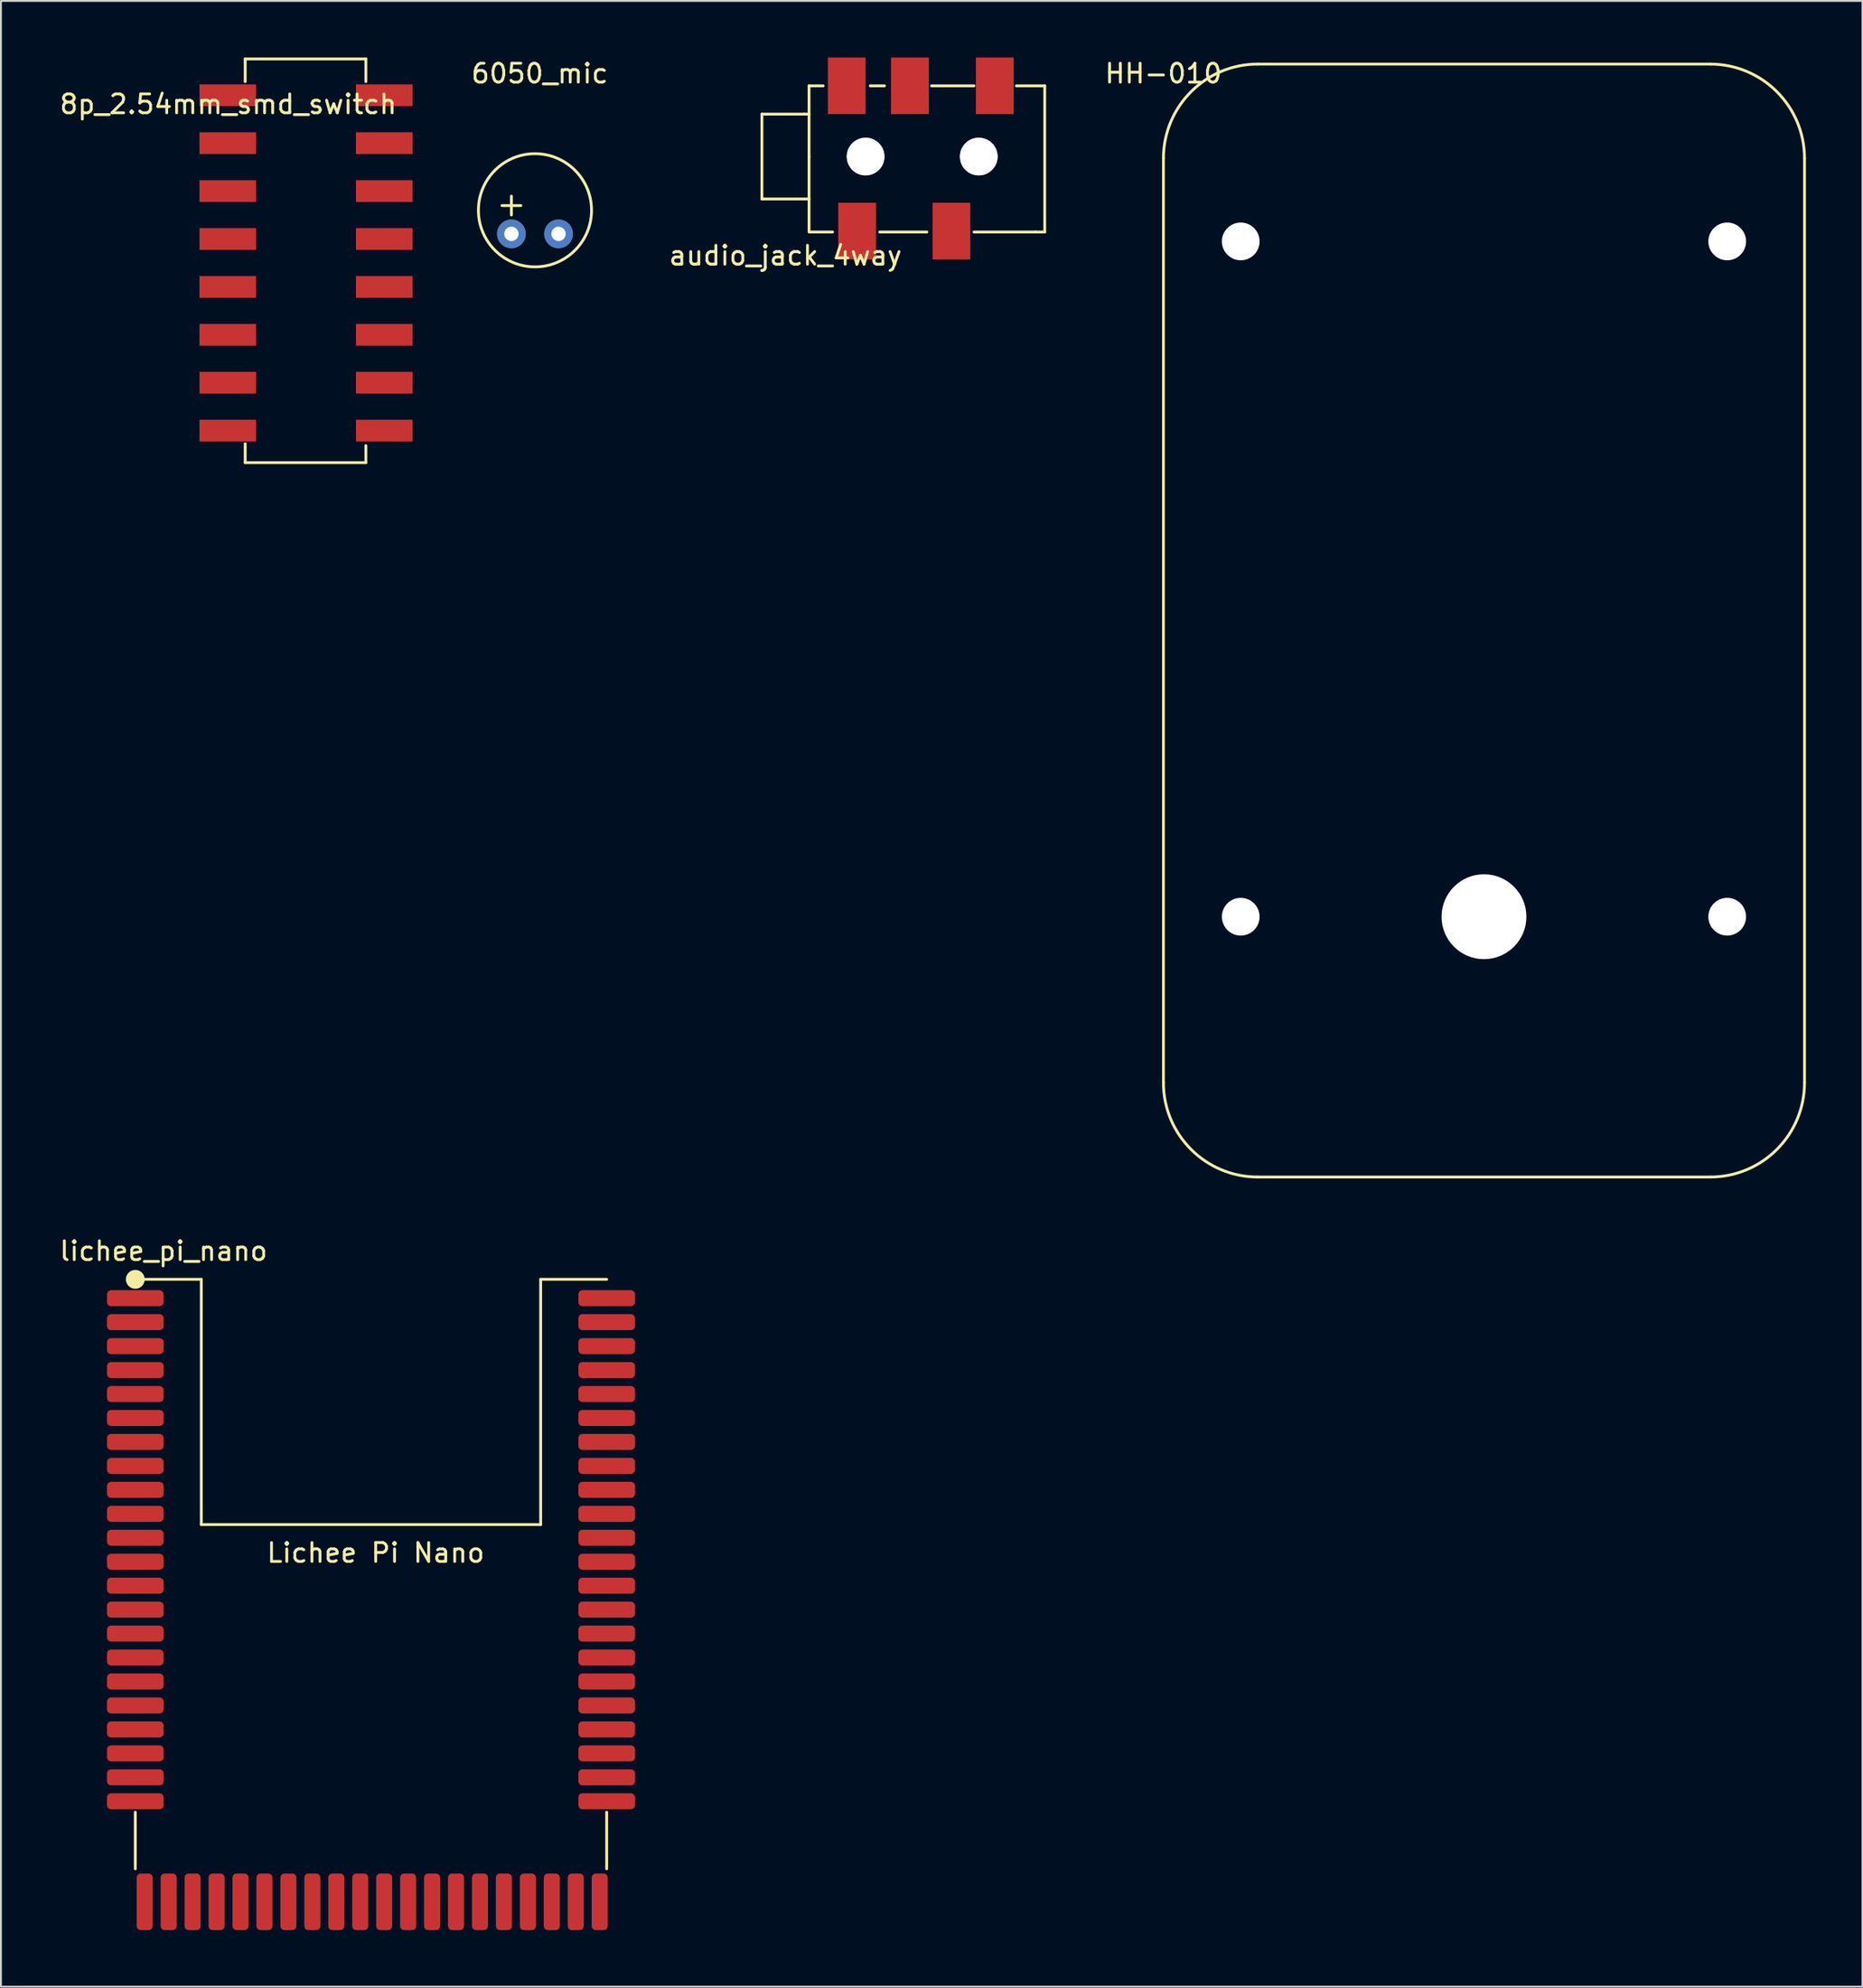
<source format=kicad_pcb>
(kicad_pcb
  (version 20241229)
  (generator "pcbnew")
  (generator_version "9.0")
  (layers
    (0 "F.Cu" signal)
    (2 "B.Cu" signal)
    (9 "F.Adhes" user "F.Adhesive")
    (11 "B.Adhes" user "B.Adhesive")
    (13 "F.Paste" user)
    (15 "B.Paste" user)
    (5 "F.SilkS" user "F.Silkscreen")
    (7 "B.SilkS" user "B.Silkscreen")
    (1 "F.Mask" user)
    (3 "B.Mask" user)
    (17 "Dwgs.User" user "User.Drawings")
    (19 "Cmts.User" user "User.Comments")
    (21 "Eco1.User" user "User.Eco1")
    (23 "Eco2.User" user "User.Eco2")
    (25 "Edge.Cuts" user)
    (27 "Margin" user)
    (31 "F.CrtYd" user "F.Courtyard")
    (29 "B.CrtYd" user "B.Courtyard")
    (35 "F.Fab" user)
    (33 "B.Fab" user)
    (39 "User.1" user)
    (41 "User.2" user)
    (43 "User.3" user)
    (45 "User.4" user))
  (footprint "HH-010"
    (layer "F.Cu")
    (at 58.654 0.348)
    (property "Reference" "HH-010" (at 0 0.5 0) (layer "F.SilkS") (effects (font (size 1 1) (thickness 0.15))))
    (attr through_hole)
    (fp_line (start 0 5) (end 0 54) (stroke (width 0.15) (type solid)) (layer "F.SilkS"))
    (fp_line (start 5 0) (end 29 0) (stroke (width 0.15) (type solid)) (layer "F.SilkS"))
    (fp_line (start 5 59) (end 29 59) (stroke (width 0.15) (type solid)) (layer "F.SilkS"))
    (fp_line (start 34 54) (end 34 5) (stroke (width 0.15) (type solid)) (layer "F.SilkS"))
    (fp_arc (start 0 5) (mid 1.464466 1.464466) (end 5 0) (stroke (width 0.15) (type solid)) (layer "F.SilkS"))
    (fp_arc (start 5 59) (mid 1.464466 57.535534) (end 0 54) (stroke (width 0.15) (type solid)) (layer "F.SilkS"))
    (fp_arc (start 29 0) (mid 32.535534 1.464466) (end 34 5) (stroke (width 0.15) (type solid)) (layer "F.SilkS"))
    (fp_arc (start 34 54) (mid 32.535534 57.535534) (end 29 59) (stroke (width 0.15) (type solid)) (layer "F.SilkS"))
    (pad "" np_thru_hole circle (at 4.1 9.4) (size 2 2) (drill 2) (layers "*.Cu" "*.Mask"))
    (pad "" np_thru_hole circle (at 4.1 45.2) (size 2 2) (drill 2) (layers "*.Cu" "*.Mask"))
    (pad "" np_thru_hole circle (at 17 45.2) (size 4.5 4.5) (drill 4.5) (layers "*.Cu" "*.Mask"))
    (pad "" np_thru_hole circle (at 29.9 9.4) (size 2 2) (drill 2) (layers "*.Cu" "*.Mask"))
    (pad "" np_thru_hole circle (at 29.9 45.2) (size 2 2) (drill 2) (layers "*.Cu" "*.Mask")))
  (footprint "lichee_pi_nano"
    (layer "F.Cu")
    (at 4.125 64.772)
    (property "Reference" "lichee_pi_nano" (at 1.5 -1.5 0) (layer "F.SilkS") (effects (font (size 1 1) (thickness 0.15))))
    (attr through_hole)
    (fp_line (start 0 28.25) (end 0 31.25) (stroke (width 0.15) (type solid)) (layer "F.SilkS"))
    (fp_line (start 3.5 0) (end 0 0) (stroke (width 0.15) (type solid)) (layer "F.SilkS"))
    (fp_line (start 3.5 0) (end 3.5 13) (stroke (width 0.15) (type solid)) (layer "F.SilkS"))
    (fp_line (start 3.5 13) (end 21.5 13) (stroke (width 0.15) (type solid)) (layer "F.SilkS"))
    (fp_line (start 21.5 0) (end 25 0) (stroke (width 0.15) (type solid)) (layer "F.SilkS"))
    (fp_line (start 21.5 13) (end 21.5 0) (stroke (width 0.15) (type solid)) (layer "F.SilkS"))
    (fp_line (start 25 28.25) (end 25 31.25) (stroke (width 0.15) (type solid)) (layer "F.SilkS"))
    (fp_circle (center 0 0) (end 0.25 0) (stroke (width 0.5) (type solid)) (fill no) (layer "F.SilkS"))
    (fp_poly (pts (xy 4 0) (xy 4 12.5) (xy 21 12.5) (xy 21 0)) (stroke (width 0.15) (type solid)) (fill no) (layer "Eco1.User"))
    (fp_text user "Lichee Pi Nano" (at 12.75 14.5 0) (layer "F.SilkS") (effects (font (size 1 1) (thickness 0.15))))
    (pad "1" smd roundrect (at 0 1) (size 3 0.85) (layers "F.Cu" "F.Mask" "F.Paste") (roundrect_rratio 0.25))
    (pad "2" smd roundrect (at 0 2.27) (size 3 0.85) (layers "F.Cu" "F.Mask" "F.Paste") (roundrect_rratio 0.25))
    (pad "3" smd roundrect (at 0 3.54) (size 3 0.85) (layers "F.Cu" "F.Mask" "F.Paste") (roundrect_rratio 0.25))
    (pad "4" smd roundrect (at 0 4.81) (size 3 0.85) (layers "F.Cu" "F.Mask" "F.Paste") (roundrect_rratio 0.25))
    (pad "5" smd roundrect (at 0 6.08) (size 3 0.85) (layers "F.Cu" "F.Mask" "F.Paste") (roundrect_rratio 0.25))
    (pad "6" smd roundrect (at 0 7.35) (size 3 0.85) (layers "F.Cu" "F.Mask" "F.Paste") (roundrect_rratio 0.25))
    (pad "7" smd roundrect (at 0 8.62) (size 3 0.85) (layers "F.Cu" "F.Mask" "F.Paste") (roundrect_rratio 0.25))
    (pad "8" smd roundrect (at 0 9.89) (size 3 0.85) (layers "F.Cu" "F.Mask" "F.Paste") (roundrect_rratio 0.25))
    (pad "9" smd roundrect (at 0 11.16) (size 3 0.85) (layers "F.Cu" "F.Mask" "F.Paste") (roundrect_rratio 0.25))
    (pad "10" smd roundrect (at 0 12.43) (size 3 0.85) (layers "F.Cu" "F.Mask" "F.Paste") (roundrect_rratio 0.25))
    (pad "11" smd roundrect (at 0 13.7) (size 3 0.85) (layers "F.Cu" "F.Mask" "F.Paste") (roundrect_rratio 0.25))
    (pad "12" smd roundrect (at 0 14.97) (size 3 0.85) (layers "F.Cu" "F.Mask" "F.Paste") (roundrect_rratio 0.25))
    (pad "13" smd roundrect (at 0 16.24) (size 3 0.85) (layers "F.Cu" "F.Mask" "F.Paste") (roundrect_rratio 0.25))
    (pad "14" smd roundrect (at 0 17.51) (size 3 0.85) (layers "F.Cu" "F.Mask" "F.Paste") (roundrect_rratio 0.25))
    (pad "15" smd roundrect (at 0 18.78) (size 3 0.85) (layers "F.Cu" "F.Mask" "F.Paste") (roundrect_rratio 0.25))
    (pad "16" smd roundrect (at 0 20.05) (size 3 0.85) (layers "F.Cu" "F.Mask" "F.Paste") (roundrect_rratio 0.25))
    (pad "17" smd roundrect (at 0 21.32) (size 3 0.85) (layers "F.Cu" "F.Mask" "F.Paste") (roundrect_rratio 0.25))
    (pad "18" smd roundrect (at 0 22.59) (size 3 0.85) (layers "F.Cu" "F.Mask" "F.Paste") (roundrect_rratio 0.25))
    (pad "19" smd roundrect (at 0 23.86) (size 3 0.85) (layers "F.Cu" "F.Mask" "F.Paste") (roundrect_rratio 0.25))
    (pad "20" smd roundrect (at 0 25.13) (size 3 0.85) (layers "F.Cu" "F.Mask" "F.Paste") (roundrect_rratio 0.25))
    (pad "21" smd roundrect (at 0 26.4) (size 3 0.85) (layers "F.Cu" "F.Mask" "F.Paste") (roundrect_rratio 0.25))
    (pad "22" smd roundrect (at 0 27.67) (size 3 0.85) (layers "F.Cu" "F.Mask" "F.Paste") (roundrect_rratio 0.25))
    (pad "23" smd roundrect (at 0.5 33 90) (size 3 0.85) (layers "F.Cu" "F.Mask" "F.Paste") (roundrect_rratio 0.25))
    (pad "24" smd roundrect (at 1.77 33 90) (size 3 0.85) (layers "F.Cu" "F.Mask" "F.Paste") (roundrect_rratio 0.25))
    (pad "25" smd roundrect (at 3.04 33 90) (size 3 0.85) (layers "F.Cu" "F.Mask" "F.Paste") (roundrect_rratio 0.25))
    (pad "26" smd roundrect (at 4.31 33 90) (size 3 0.85) (layers "F.Cu" "F.Mask" "F.Paste") (roundrect_rratio 0.25))
    (pad "27" smd roundrect (at 5.58 33 90) (size 3 0.85) (layers "F.Cu" "F.Mask" "F.Paste") (roundrect_rratio 0.25))
    (pad "28" smd roundrect (at 6.85 33 90) (size 3 0.85) (layers "F.Cu" "F.Mask" "F.Paste") (roundrect_rratio 0.25))
    (pad "29" smd roundrect (at 8.12 33 90) (size 3 0.85) (layers "F.Cu" "F.Mask" "F.Paste") (roundrect_rratio 0.25))
    (pad "30" smd roundrect (at 9.39 33 90) (size 3 0.85) (layers "F.Cu" "F.Mask" "F.Paste") (roundrect_rratio 0.25))
    (pad "31" smd roundrect (at 10.66 33 90) (size 3 0.85) (layers "F.Cu" "F.Mask" "F.Paste") (roundrect_rratio 0.25))
    (pad "32" smd roundrect (at 11.93 33 90) (size 3 0.85) (layers "F.Cu" "F.Mask" "F.Paste") (roundrect_rratio 0.25))
    (pad "33" smd roundrect (at 13.2 33 90) (size 3 0.85) (layers "F.Cu" "F.Mask" "F.Paste") (roundrect_rratio 0.25))
    (pad "34" smd roundrect (at 14.47 33 90) (size 3 0.85) (layers "F.Cu" "F.Mask" "F.Paste") (roundrect_rratio 0.25))
    (pad "35" smd roundrect (at 15.74 33 90) (size 3 0.85) (layers "F.Cu" "F.Mask" "F.Paste") (roundrect_rratio 0.25))
    (pad "36" smd roundrect (at 17.01 33 90) (size 3 0.85) (layers "F.Cu" "F.Mask" "F.Paste") (roundrect_rratio 0.25))
    (pad "37" smd roundrect (at 18.28 33 90) (size 3 0.85) (layers "F.Cu" "F.Mask" "F.Paste") (roundrect_rratio 0.25))
    (pad "38" smd roundrect (at 19.55 33 90) (size 3 0.85) (layers "F.Cu" "F.Mask" "F.Paste") (roundrect_rratio 0.25))
    (pad "39" smd roundrect (at 20.82 33 90) (size 3 0.85) (layers "F.Cu" "F.Mask" "F.Paste") (roundrect_rratio 0.25))
    (pad "40" smd roundrect (at 22.09 33 90) (size 3 0.85) (layers "F.Cu" "F.Mask" "F.Paste") (roundrect_rratio 0.25))
    (pad "41" smd roundrect (at 23.36 33 90) (size 3 0.85) (layers "F.Cu" "F.Mask" "F.Paste") (roundrect_rratio 0.25))
    (pad "42" smd roundrect (at 24.63 33 90) (size 3 0.85) (layers "F.Cu" "F.Mask" "F.Paste") (roundrect_rratio 0.25))
    (pad "43" smd roundrect (at 25 27.67) (size 3 0.85) (layers "F.Cu" "F.Mask" "F.Paste") (roundrect_rratio 0.25))
    (pad "44" smd roundrect (at 25 26.4) (size 3 0.85) (layers "F.Cu" "F.Mask" "F.Paste") (roundrect_rratio 0.25))
    (pad "45" smd roundrect (at 25 25.13) (size 3 0.85) (layers "F.Cu" "F.Mask" "F.Paste") (roundrect_rratio 0.25))
    (pad "46" smd roundrect (at 25 23.86) (size 3 0.85) (layers "F.Cu" "F.Mask" "F.Paste") (roundrect_rratio 0.25))
    (pad "47" smd roundrect (at 25 22.59) (size 3 0.85) (layers "F.Cu" "F.Mask" "F.Paste") (roundrect_rratio 0.25))
    (pad "48" smd roundrect (at 25 21.32) (size 3 0.85) (layers "F.Cu" "F.Mask" "F.Paste") (roundrect_rratio 0.25))
    (pad "49" smd roundrect (at 25 20.05) (size 3 0.85) (layers "F.Cu" "F.Mask" "F.Paste") (roundrect_rratio 0.25))
    (pad "50" smd roundrect (at 25 18.78) (size 3 0.85) (layers "F.Cu" "F.Mask" "F.Paste") (roundrect_rratio 0.25))
    (pad "51" smd roundrect (at 25 17.51) (size 3 0.85) (layers "F.Cu" "F.Mask" "F.Paste") (roundrect_rratio 0.25))
    (pad "52" smd roundrect (at 25 16.24) (size 3 0.85) (layers "F.Cu" "F.Mask" "F.Paste") (roundrect_rratio 0.25))
    (pad "53" smd roundrect (at 25 14.97) (size 3 0.85) (layers "F.Cu" "F.Mask" "F.Paste") (roundrect_rratio 0.25))
    (pad "54" smd roundrect (at 25 13.7) (size 3 0.85) (layers "F.Cu" "F.Mask" "F.Paste") (roundrect_rratio 0.25))
    (pad "55" smd roundrect (at 25 12.43) (size 3 0.85) (layers "F.Cu" "F.Mask" "F.Paste") (roundrect_rratio 0.25))
    (pad "56" smd roundrect (at 25 11.16) (size 3 0.85) (layers "F.Cu" "F.Mask" "F.Paste") (roundrect_rratio 0.25))
    (pad "57" smd roundrect (at 25 9.89) (size 3 0.85) (layers "F.Cu" "F.Mask" "F.Paste") (roundrect_rratio 0.25))
    (pad "58" smd roundrect (at 25 8.62) (size 3 0.85) (layers "F.Cu" "F.Mask" "F.Paste") (roundrect_rratio 0.25))
    (pad "59" smd roundrect (at 25 7.35) (size 3 0.85) (layers "F.Cu" "F.Mask" "F.Paste") (roundrect_rratio 0.25))
    (pad "60" smd roundrect (at 25 6.08) (size 3 0.85) (layers "F.Cu" "F.Mask" "F.Paste") (roundrect_rratio 0.25))
    (pad "61" smd roundrect (at 25 4.81) (size 3 0.85) (layers "F.Cu" "F.Mask" "F.Paste") (roundrect_rratio 0.25))
    (pad "62" smd roundrect (at 25 3.54) (size 3 0.85) (layers "F.Cu" "F.Mask" "F.Paste") (roundrect_rratio 0.25))
    (pad "63" smd roundrect (at 25 2.27) (size 3 0.85) (layers "F.Cu" "F.Mask" "F.Paste") (roundrect_rratio 0.25))
    (pad "64" smd roundrect (at 25 1) (size 3 0.85) (layers "F.Cu" "F.Mask" "F.Paste") (roundrect_rratio 0.25)))
  (footprint "audio_jack_4way"
    (layer "F.Cu")
    (at 39.858 5.25)
    (property "Reference" "audio_jack_4way" (at -1.25 5.25 0) (layer "F.SilkS") (effects (font (size 1 1) (thickness 0.15))))
    (attr through_hole)
    (fp_line (start -2.5 -2.25) (end -0.25 -2.25) (stroke (width 0.15) (type solid)) (layer "F.SilkS"))
    (fp_line (start -2.5 2.25) (end -2.5 -2.25) (stroke (width 0.15) (type solid)) (layer "F.SilkS"))
    (fp_line (start -0.25 -2.25) (end 0 -2.25) (stroke (width 0.15) (type solid)) (layer "F.SilkS"))
    (fp_line (start 0 -3.75) (end 0.75 -3.75) (stroke (width 0.15) (type solid)) (layer "F.SilkS"))
    (fp_line (start 0 0) (end 0 -3.75) (stroke (width 0.15) (type solid)) (layer "F.SilkS"))
    (fp_line (start 0 0) (end 0 3.95) (stroke (width 0.15) (type solid)) (layer "F.SilkS"))
    (fp_line (start 0 2.25) (end -2.5 2.25) (stroke (width 0.15) (type solid)) (layer "F.SilkS"))
    (fp_line (start 0 4) (end 1.25 4) (stroke (width 0.15) (type solid)) (layer "F.SilkS"))
    (fp_line (start 3.25 -3.75) (end 4 -3.75) (stroke (width 0.15) (type solid)) (layer "F.SilkS"))
    (fp_line (start 3.75 4) (end 6.25 4) (stroke (width 0.15) (type solid)) (layer "F.SilkS"))
    (fp_line (start 8.75 -3.75) (end 6.5 -3.75) (stroke (width 0.15) (type solid)) (layer "F.SilkS"))
    (fp_line (start 8.75 4) (end 12 4) (stroke (width 0.15) (type solid)) (layer "F.SilkS"))
    (fp_line (start 12 4) (end 12.5 4) (stroke (width 0.15) (type solid)) (layer "F.SilkS"))
    (fp_line (start 12.5 -3.75) (end 11 -3.75) (stroke (width 0.15) (type solid)) (layer "F.SilkS"))
    (fp_line (start 12.5 4) (end 12.5 -3.75) (stroke (width 0.15) (type solid)) (layer "F.SilkS"))
    (pad "0" thru_hole circle (at 3 0) (size 2 2) (drill 2) (layers "*.Cu" "*.Mask"))
    (pad "0" thru_hole circle (at 9 0) (size 2 2) (drill 2) (layers "*.Cu" "*.Mask"))
    (pad "1" smd rect (at 2 -3.75) (size 2 3) (layers "F.Cu" "F.Mask" "F.Paste"))
    (pad "1" smd rect (at 2.55 3.95) (size 2 3) (layers "F.Cu" "F.Mask" "F.Paste"))
    (pad "2" smd rect (at 5.35 -3.75) (size 2 3) (layers "F.Cu" "F.Mask" "F.Paste"))
    (pad "3" smd rect (at 7.55 3.95) (size 2 3) (layers "F.Cu" "F.Mask" "F.Paste"))
    (pad "4" smd rect (at 9.85 -3.75) (size 2 3) (layers "F.Cu" "F.Mask" "F.Paste")))
  (footprint "8p_2.54mm_smd_switch"
    (layer "F.Cu")
    (at 7.154 1.475)
    (property "Reference" "8p_2.54mm_smd_switch" (at 1.9 1 0) (layer "F.SilkS") (effects (font (size 1 1) (thickness 0.15))))
    (attr through_hole)
    (fp_line (start 2.8 -1.4) (end 2.8 -0.2) (stroke (width 0.15) (type solid)) (layer "F.SilkS"))
    (fp_line (start 2.8 -1.4) (end 9.2 -1.4) (stroke (width 0.15) (type solid)) (layer "F.SilkS"))
    (fp_line (start 2.8 20) (end 2.8 19) (stroke (width 0.15) (type solid)) (layer "F.SilkS"))
    (fp_line (start 9.2 -1.4) (end 9.2 -0.2) (stroke (width 0.15) (type solid)) (layer "F.SilkS"))
    (fp_line (start 9.2 20) (end 2.8 20) (stroke (width 0.15) (type solid)) (layer "F.SilkS"))
    (fp_line (start 9.2 20) (end 9.2 19.1) (stroke (width 0.15) (type solid)) (layer "F.SilkS"))
    (pad "1" smd rect (at 1.875 0.525) (size 3 1.15) (layers "F.Cu" "F.Mask" "F.Paste"))
    (pad "2" smd rect (at 1.875 3.065) (size 3 1.15) (layers "F.Cu" "F.Mask" "F.Paste"))
    (pad "3" smd rect (at 1.875 5.605) (size 3 1.15) (layers "F.Cu" "F.Mask" "F.Paste"))
    (pad "4" smd rect (at 1.875 8.145) (size 3 1.15) (layers "F.Cu" "F.Mask" "F.Paste"))
    (pad "5" smd rect (at 1.875 10.685) (size 3 1.15) (layers "F.Cu" "F.Mask" "F.Paste"))
    (pad "6" smd rect (at 1.875 13.225) (size 3 1.15) (layers "F.Cu" "F.Mask" "F.Paste"))
    (pad "7" smd rect (at 1.875 15.765) (size 3 1.15) (layers "F.Cu" "F.Mask" "F.Paste"))
    (pad "8" smd rect (at 1.875 18.305) (size 3 1.15) (layers "F.Cu" "F.Mask" "F.Paste"))
    (pad "9" smd rect (at 10.175 18.305) (size 3 1.15) (layers "F.Cu" "F.Mask" "F.Paste"))
    (pad "10" smd rect (at 10.175 15.765) (size 3 1.15) (layers "F.Cu" "F.Mask" "F.Paste"))
    (pad "11" smd rect (at 10.175 13.225) (size 3 1.15) (layers "F.Cu" "F.Mask" "F.Paste"))
    (pad "12" smd rect (at 10.175 10.685) (size 3 1.15) (layers "F.Cu" "F.Mask" "F.Paste"))
    (pad "13" smd rect (at 10.175 8.145) (size 3 1.15) (layers "F.Cu" "F.Mask" "F.Paste"))
    (pad "14" smd rect (at 10.175 5.605) (size 3 1.15) (layers "F.Cu" "F.Mask" "F.Paste"))
    (pad "15" smd rect (at 10.175 3.065) (size 3 1.15) (layers "F.Cu" "F.Mask" "F.Paste"))
    (pad "16" smd rect (at 10.175 0.525) (size 3 1.15) (layers "F.Cu" "F.Mask" "F.Paste")))
  (footprint "6050_mic"
    (layer "F.Cu")
    (at 25.323 8.098)
    (property "Reference" "6050_mic" (at 0.25 -7.25 0) (layer "F.SilkS") (effects (font (size 1 1) (thickness 0.15))))
    (attr through_hole)
    (fp_line (start -1.75 -0.25) (end -0.75 -0.25) (stroke (width 0.15) (type solid)) (layer "F.SilkS"))
    (fp_line (start -1.25 -0.75) (end -1.25 0.25) (stroke (width 0.15) (type solid)) (layer "F.SilkS"))
    (fp_circle (center 0 0) (end 3 0) (stroke (width 0.15) (type solid)) (fill no) (layer "F.SilkS"))
    (pad "1" thru_hole circle (at 1.25 1.25) (size 1.524 1.524) (drill 0.762) (layers "*.Cu" "*.Mask"))
    (pad "2" thru_hole circle (at -1.25 1.25) (size 1.524 1.524) (drill 0.762) (layers "*.Cu" "*.Mask")))
  (gr_rect
    (start -3 -3)
    (end 95.729 102.272)
    (stroke (width 0.1) (type default))
    (fill no)
    (layer "Edge.Cuts")))
</source>
